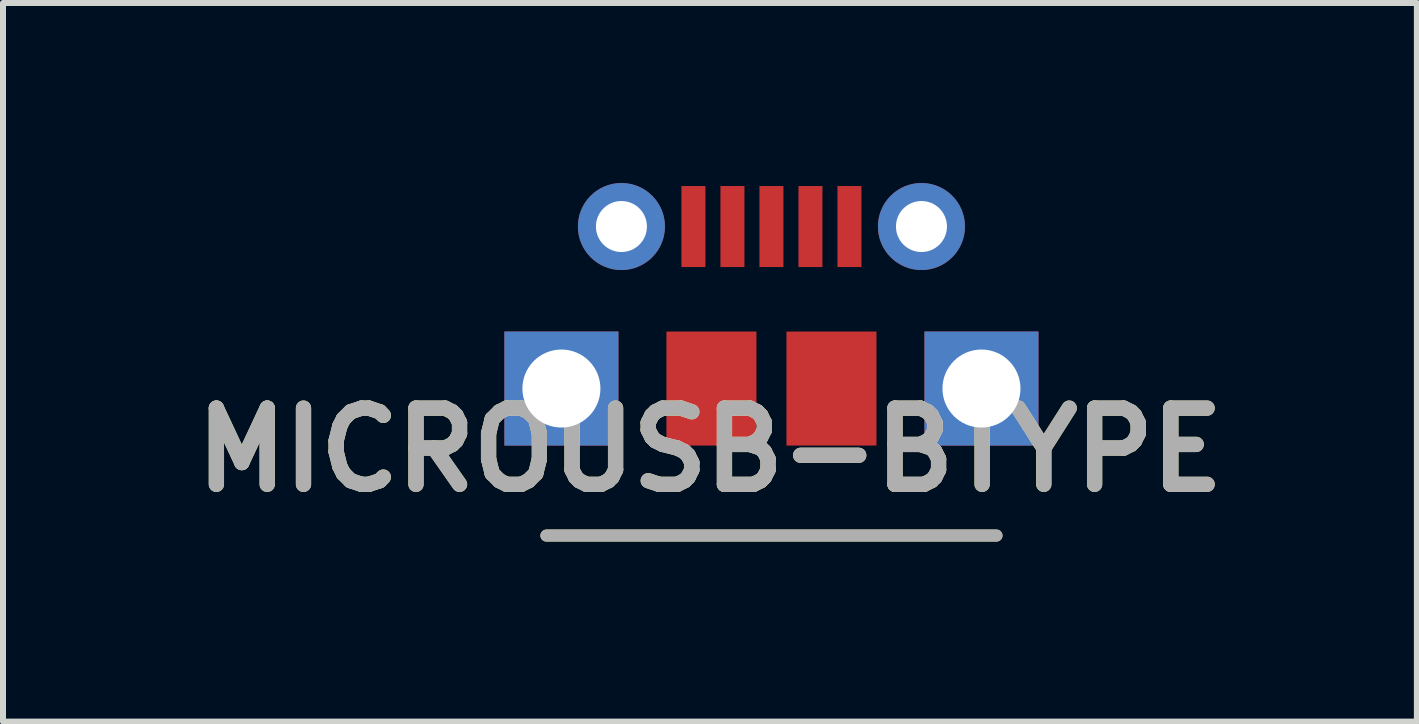
<source format=kicad_pcb>
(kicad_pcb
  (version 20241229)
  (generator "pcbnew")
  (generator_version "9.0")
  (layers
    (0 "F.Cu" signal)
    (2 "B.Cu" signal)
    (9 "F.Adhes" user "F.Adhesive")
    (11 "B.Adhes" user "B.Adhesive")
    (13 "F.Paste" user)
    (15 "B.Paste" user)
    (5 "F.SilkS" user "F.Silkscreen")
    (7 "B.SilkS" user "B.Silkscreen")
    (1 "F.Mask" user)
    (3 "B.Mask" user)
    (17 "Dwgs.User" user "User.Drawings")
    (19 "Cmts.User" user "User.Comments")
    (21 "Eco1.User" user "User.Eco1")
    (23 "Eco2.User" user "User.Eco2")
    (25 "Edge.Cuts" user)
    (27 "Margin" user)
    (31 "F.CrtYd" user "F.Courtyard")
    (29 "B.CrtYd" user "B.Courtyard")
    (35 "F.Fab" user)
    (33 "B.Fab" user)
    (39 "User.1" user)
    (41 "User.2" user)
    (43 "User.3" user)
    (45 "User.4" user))
  (footprint "MICROUSB-BTYPE"
    (layer "F.Cu")
    (at 9.806 0.725)
    (property "Reference" "MICROUSB-BTYPE" (at -1.025 3.722 0) (layer "F.SilkS") (effects (font (size 1.27 1.27) (thickness 0.254))))
    (attr through_hole)
    (fp_line (start -3.75 5.15) (end 3.75 5.15) (stroke (width 0.2) (type solid)) (layer "F.SilkS"))
    (fp_line (start -3.75 5.15) (end 3.75 5.15) (stroke (width 0.2) (type solid)) (layer "F.Fab"))
    (fp_text user "${REFERENCE}" (at -1.025 3.722 0) (layer "F.Fab") (effects (font (size 1.27 1.27) (thickness 0.254))))
    (pad "1" smd rect (at -1.3 0) (size 0.4 1.35) (layers "F.Cu" "F.Mask" "F.Paste"))
    (pad "2" smd rect (at -0.65 0) (size 0.4 1.35) (layers "F.Cu" "F.Mask" "F.Paste"))
    (pad "3" smd rect (at 0 0) (size 0.4 1.35) (layers "F.Cu" "F.Mask" "F.Paste"))
    (pad "4" smd rect (at 0.65 0) (size 0.4 1.35) (layers "F.Cu" "F.Mask" "F.Paste"))
    (pad "5" smd rect (at 1.3 0) (size 0.4 1.35) (layers "F.Cu" "F.Mask" "F.Paste"))
    (pad "6" thru_hole circle (at -2.5 0) (size 1.45 1.45) (drill 0.85) (layers "*.Cu" "*.Mask"))
    (pad "7" thru_hole circle (at 2.5 0) (size 1.45 1.45) (drill 0.85) (layers "*.Cu" "*.Mask"))
    (pad "8" thru_hole rect (at -3.5 2.7) (size 1.9 1.9) (drill 1.3) (layers "*.Cu" "*.Mask"))
    (pad "9" thru_hole rect (at 3.5 2.7) (size 1.9 1.9) (drill 1.3) (layers "*.Cu" "*.Mask"))
    (pad "10" smd rect (at -1 2.7) (size 1.5 1.9) (layers "F.Cu" "F.Mask" "F.Paste"))
    (pad "11" smd rect (at 1 2.7) (size 1.5 1.9) (layers "F.Cu" "F.Mask" "F.Paste")))
  (gr_rect
    (start -3 -3)
    (end 20.562 8.975)
    (stroke (width 0.1) (type default))
    (fill no)
    (layer "Edge.Cuts")))
</source>
